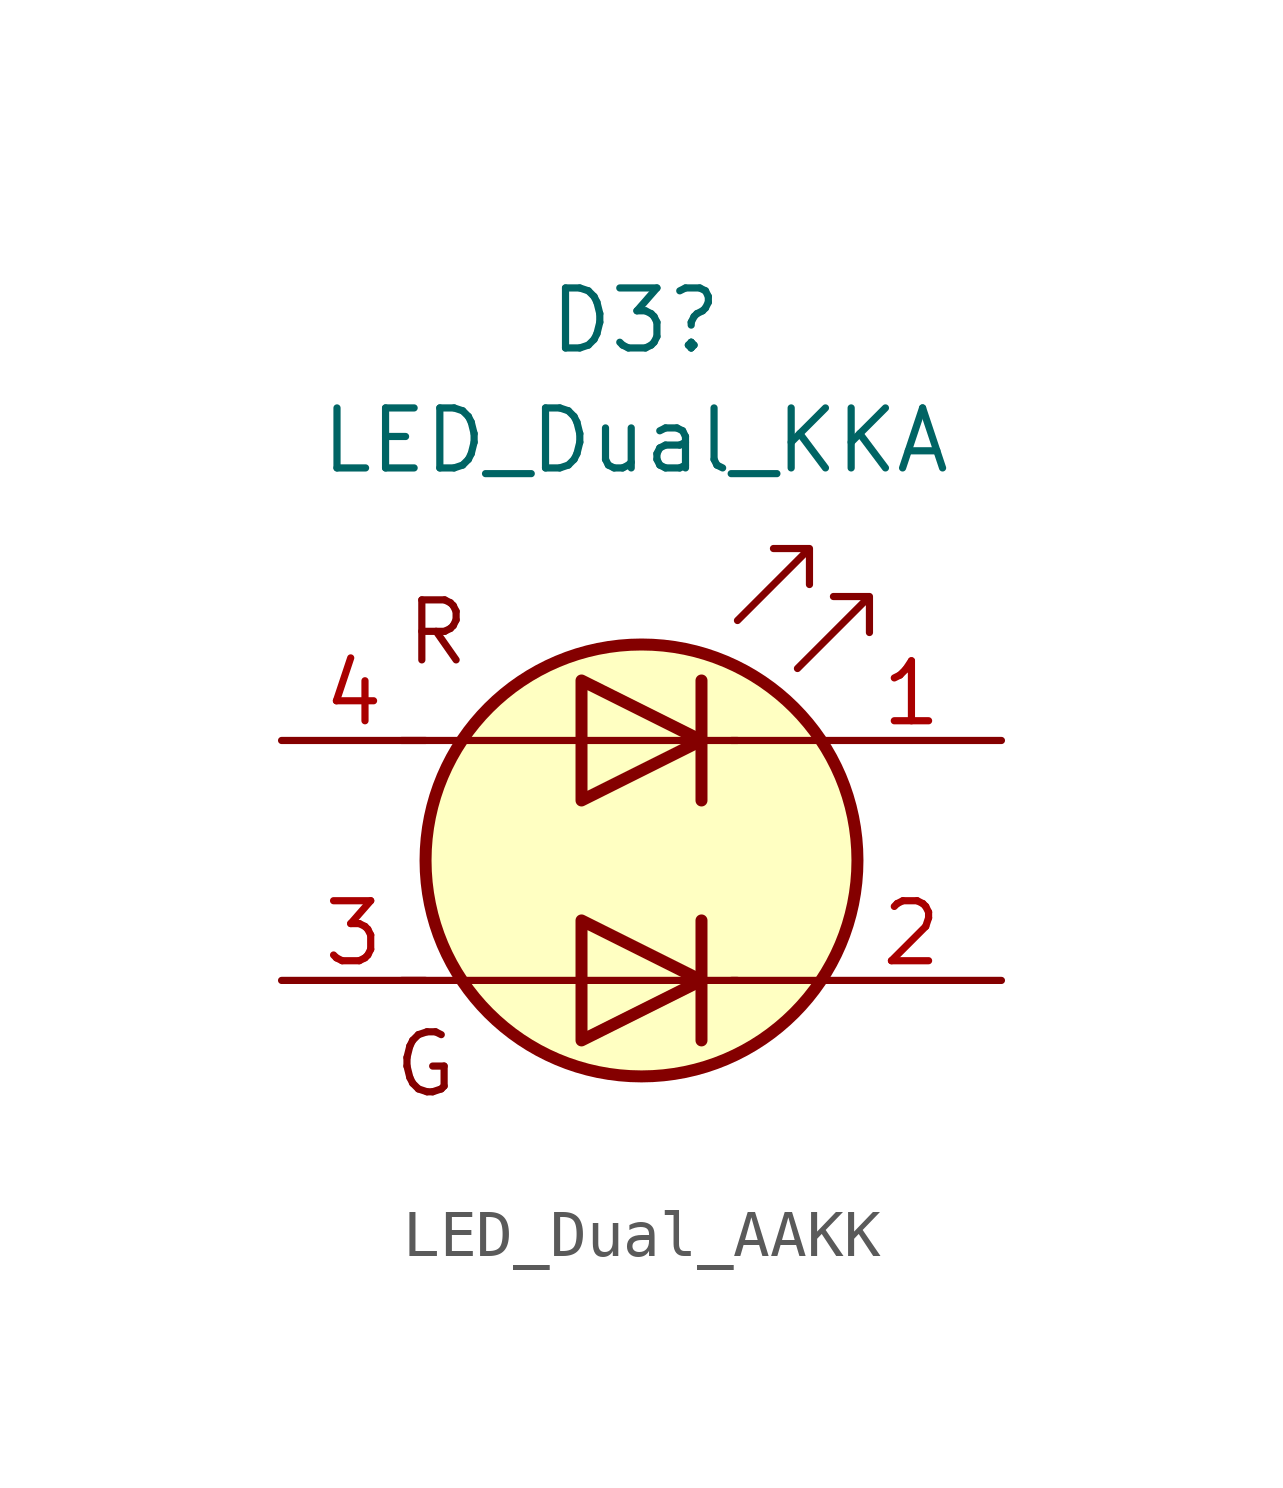
<source format=kicad_sym>
(kicad_symbol_lib
  (version 20241209)
  (generator "kicad_symbol_editor")
  (generator_version "9.0")
  (symbol "LED_Dual_AAKK"
    (pin_names
      (offset 0)
      (hide yes))
    (property "Reference" "D3"
      (at -0.127 11.43 0)
      (effects (font (size 1.27 1.27))))
    (property "Value" "LED_Dual_KKA"
      (at -0.127 8.89 0)
      (effects (font (size 1.27 1.27))))
    (symbol "LED_Dual_AAKK_0_1"
      (polyline (pts (xy -5.08 2.54) (xy 2.032 2.54)) (stroke (width 0) (type default)) (fill (type none)))
      (polyline (pts (xy -5.08 -2.54) (xy 2.032 -2.54)) (stroke (width 0) (type default)) (fill (type none)))
      (polyline (pts (xy -1.27 3.81) (xy -1.27 1.27) (xy 1.27 2.54) (xy -1.27 3.81)) (stroke (width 0.254) (type default)) (fill (type none)))
      (polyline (pts (xy -1.27 -1.27) (xy -1.27 -3.81) (xy 1.27 -2.54) (xy -1.27 -1.27)) (stroke (width 0.254) (type default)) (fill (type none)))
      (circle (center 0 0) (radius 4.572) (stroke (width 0.254) (type default)) (fill (type background)))
      (polyline (pts (xy 1.27 3.81) (xy 1.27 1.27)) (stroke (width 0.254) (type default)) (fill (type none)))
      (polyline (pts (xy 1.27 -1.27) (xy 1.27 -3.81)) (stroke (width 0.254) (type default)) (fill (type none)))
      (polyline (pts (xy 2.032 5.08) (xy 3.556 6.604) (xy 2.794 6.604) (xy 3.556 6.604) (xy 3.556 5.842)) (stroke (width 0) (type default)) (fill (type none)))
      (polyline (pts (xy 3.302 4.064) (xy 4.826 5.588) (xy 4.064 5.588) (xy 4.826 5.588) (xy 4.826 4.826)) (stroke (width 0) (type default)) (fill (type none)))
      (polyline (pts (xy 3.81 2.54) (xy 1.905 2.54)) (stroke (width 0) (type default)) (fill (type none)))
      (polyline (pts (xy 3.81 -2.54) (xy 1.905 -2.54)) (stroke (width 0) (type default)) (fill (type none))))
    (symbol "LED_Dual_AAKK_1_1"
      (text "G" (at -4.572 -4.318 0) (effects (font (size 1.27 1.27))))
      (text "R" (at -4.318 4.826 0) (effects (font (size 1.27 1.27))))
      (pin input line (at -7.62 2.54 0) (length 3.048) (name "A1" (effects (font (size 1.27 1.27)))) (number "4" (effects (font (size 1.27 1.27)))))
      (pin input line (at -7.62 -2.54 0) (length 3.048) (name "A2" (effects (font (size 1.27 1.27)))) (number "3" (effects (font (size 1.27 1.27)))))
      (pin input line (at 7.62 2.54 180) (length 3.81) (name "K1" (effects (font (size 1.27 1.27)))) (number "1" (effects (font (size 1.27 1.27)))))
      (pin input line (at 7.62 -2.54 180) (length 3.81) (name "K2" (effects (font (size 1.27 1.27)))) (number "2" (effects (font (size 1.27 1.27))))))))
</source>
